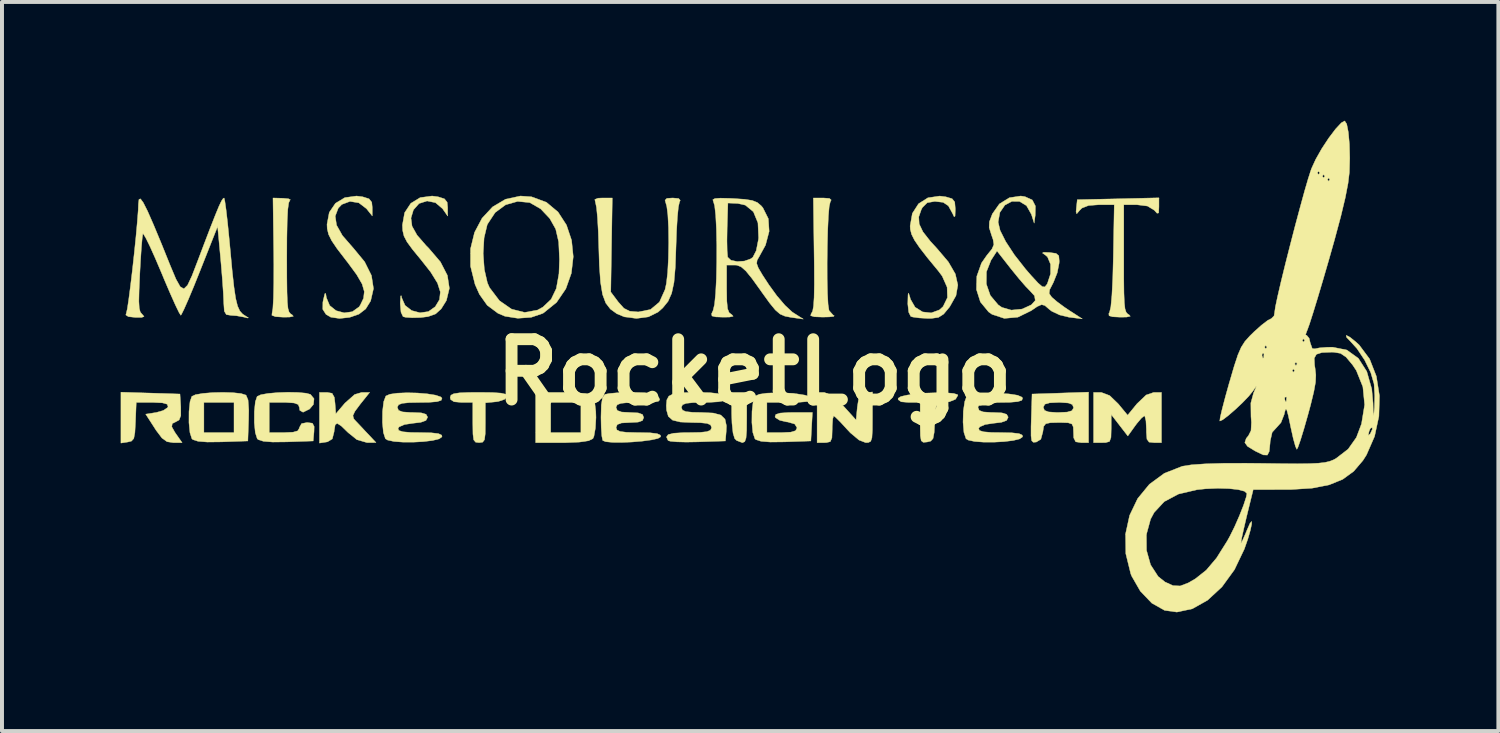
<source format=kicad_pcb>
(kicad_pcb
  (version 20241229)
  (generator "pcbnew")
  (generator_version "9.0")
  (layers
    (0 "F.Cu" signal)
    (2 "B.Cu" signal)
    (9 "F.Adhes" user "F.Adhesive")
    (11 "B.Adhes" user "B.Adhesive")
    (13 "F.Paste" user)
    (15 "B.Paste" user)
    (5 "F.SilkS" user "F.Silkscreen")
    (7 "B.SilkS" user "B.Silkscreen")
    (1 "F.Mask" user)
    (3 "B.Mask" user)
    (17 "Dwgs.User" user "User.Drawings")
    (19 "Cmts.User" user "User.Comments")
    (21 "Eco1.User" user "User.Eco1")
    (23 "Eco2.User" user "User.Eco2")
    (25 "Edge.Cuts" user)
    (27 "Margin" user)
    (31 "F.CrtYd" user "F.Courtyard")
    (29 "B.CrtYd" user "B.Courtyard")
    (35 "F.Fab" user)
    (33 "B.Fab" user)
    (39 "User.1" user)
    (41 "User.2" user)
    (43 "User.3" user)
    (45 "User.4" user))
  (footprint "RocketLogo"
    (layer "F.Cu")
    (at 16.007 6.355)
    (property "Reference" "RocketLogo" (at 0 0 0) (layer "F.SilkS") (effects (font (size 1.524 1.524) (thickness 0.3))))
    (attr through_hole)
    (fp_poly (pts (xy -0.191 1.143) (xy -0.194 1.47) (xy -0.209 1.662) (xy -0.241 1.753) (xy -0.297 1.778) (xy -0.305 1.778) (xy -0.446 1.724) (xy -0.495 1.676) (xy -0.537 1.539) (xy -0.564 1.285) (xy -0.572 1.041) (xy -0.572 0.508) (xy -0.191 0.508) (xy -0.191 1.143)) (stroke (width 0.01) (type solid)) (fill yes) (layer "F.SilkS"))
    (fp_poly (pts (xy -4.472 0.518) (xy -4.22 0.549) (xy -4.088 0.598) (xy -4.077 0.61) (xy -4.033 0.749) (xy -4.005 0.99) (xy -4 1.143) (xy -4.015 1.412) (xy -4.051 1.616) (xy -4.077 1.676) (xy -4.186 1.73) (xy -4.416 1.764) (xy -4.762 1.778) (xy -4.839 1.778) (xy -5.524 1.778) (xy -5.524 0.762) (xy -5.144 0.762) (xy -5.144 1.524) (xy -4.381 1.524) (xy -4.381 0.762) (xy -5.144 0.762) (xy -5.524 0.762) (xy -5.524 0.508) (xy -4.839 0.508) (xy -4.472 0.518)) (stroke (width 0.01) (type solid)) (fill yes) (layer "F.SilkS"))
    (fp_poly (pts (xy -11.906 -4.396) (xy -11.768 -4.383) (xy -11.72 -4.358) (xy -11.732 -4.347) (xy -11.763 -4.281) (xy -11.786 -4.113) (xy -11.801 -3.825) (xy -11.809 -3.4) (xy -11.811 -2.911) (xy -11.81 -2.396) (xy -11.806 -2.024) (xy -11.797 -1.772) (xy -11.781 -1.613) (xy -11.754 -1.522) (xy -11.715 -1.475) (xy -11.678 -1.453) (xy -11.645 -1.415) (xy -11.739 -1.395) (xy -11.895 -1.392) (xy -12.097 -1.405) (xy -12.188 -1.439) (xy -12.183 -1.495) (xy -12.163 -1.613) (xy -12.148 -1.875) (xy -12.14 -2.255) (xy -12.139 -2.727) (xy -12.141 -2.998) (xy -12.16 -4.403) (xy -11.906 -4.396)) (stroke (width 0.01) (type solid)) (fill yes) (layer "F.SilkS"))
    (fp_poly (pts (xy -13.17 0.516) (xy -12.966 0.538) (xy -12.846 0.576) (xy -12.84 0.581) (xy -12.79 0.699) (xy -12.772 0.955) (xy -12.776 1.193) (xy -12.795 1.736) (xy -13.463 1.759) (xy -13.816 1.763) (xy -14.053 1.744) (xy -14.185 1.701) (xy -14.209 1.679) (xy -14.258 1.526) (xy -14.283 1.274) (xy -14.282 0.991) (xy -14.258 0.762) (xy -13.906 0.762) (xy -13.906 1.524) (xy -13.145 1.524) (xy -13.145 0.762) (xy -13.906 0.762) (xy -14.258 0.762) (xy -14.257 0.745) (xy -14.211 0.61) (xy -14.117 0.566) (xy -13.93 0.534) (xy -13.687 0.514) (xy -13.422 0.508) (xy -13.17 0.516)) (stroke (width 0.01) (type solid)) (fill yes) (layer "F.SilkS"))
    (fp_poly (pts (xy -6.618 0.512) (xy -6.4 0.527) (xy -6.278 0.555) (xy -6.237 0.598) (xy -6.239 0.614) (xy -6.312 0.685) (xy -6.466 0.737) (xy -6.53 0.746) (xy -6.795 0.772) (xy -6.795 1.275) (xy -6.798 1.555) (xy -6.817 1.705) (xy -6.863 1.766) (xy -6.95 1.778) (xy -6.953 1.778) (xy -7.041 1.767) (xy -7.089 1.708) (xy -7.108 1.562) (xy -7.112 1.288) (xy -7.112 1.27) (xy -7.112 0.762) (xy -7.398 0.762) (xy -7.586 0.745) (xy -7.672 0.689) (xy -7.684 0.635) (xy -7.664 0.579) (xy -7.593 0.542) (xy -7.449 0.52) (xy -7.215 0.51) (xy -6.948 0.508) (xy -6.618 0.512)) (stroke (width 0.01) (type solid)) (fill yes) (layer "F.SilkS"))
    (fp_poly (pts (xy 1.743 -4.403) (xy 1.898 -4.392) (xy 1.943 -4.353) (xy 1.918 -4.301) (xy 1.892 -4.185) (xy 1.871 -3.937) (xy 1.855 -3.593) (xy 1.845 -3.189) (xy 1.84 -2.763) (xy 1.841 -2.351) (xy 1.849 -1.99) (xy 1.864 -1.716) (xy 1.887 -1.566) (xy 1.89 -1.558) (xy 1.991 -1.445) (xy 2.019 -1.429) (xy 2.007 -1.411) (xy 1.893 -1.398) (xy 1.726 -1.394) (xy 1.518 -1.402) (xy 1.425 -1.429) (xy 1.435 -1.478) (xy 1.44 -1.482) (xy 1.474 -1.546) (xy 1.497 -1.674) (xy 1.511 -1.891) (xy 1.517 -2.218) (xy 1.515 -2.68) (xy 1.511 -2.986) (xy 1.492 -4.403) (xy 1.743 -4.403)) (stroke (width 0.01) (type solid)) (fill yes) (layer "F.SilkS"))
    (fp_poly (pts (xy 8.978 0.589) (xy 9.193 0.796) (xy 9.432 1.085) (xy 9.668 0.796) (xy 9.901 0.574) (xy 10.096 0.508) (xy 10.287 0.508) (xy 10.287 1.778) (xy 10.097 1.778) (xy 9.974 1.765) (xy 9.92 1.692) (xy 9.906 1.512) (xy 9.906 1.439) (xy 9.895 1.227) (xy 9.866 1.109) (xy 9.854 1.101) (xy 9.782 1.157) (xy 9.663 1.297) (xy 9.62 1.355) (xy 9.437 1.61) (xy 9.227 1.339) (xy 9.017 1.067) (xy 9.017 1.423) (xy 9.011 1.646) (xy 8.974 1.749) (xy 8.875 1.777) (xy 8.795 1.778) (xy 8.572 1.778) (xy 8.572 0.508) (xy 8.763 0.508) (xy 8.978 0.589)) (stroke (width 0.01) (type solid)) (fill yes) (layer "F.SilkS"))
    (fp_poly (pts (xy -10.667 0.531) (xy -10.61 0.634) (xy -10.593 0.779) (xy -10.573 1.05) (xy -10.342 0.779) (xy -10.097 0.562) (xy -9.914 0.508) (xy -9.717 0.508) (xy -9.955 0.805) (xy -10.09 0.986) (xy -10.141 1.096) (xy -10.12 1.175) (xy -10.093 1.207) (xy -9.981 1.325) (xy -9.825 1.492) (xy -9.775 1.544) (xy -9.557 1.776) (xy -9.784 1.777) (xy -10.04 1.703) (xy -10.26 1.526) (xy -10.436 1.356) (xy -10.538 1.29) (xy -10.589 1.328) (xy -10.613 1.469) (xy -10.616 1.503) (xy -10.662 1.684) (xy -10.782 1.757) (xy -10.811 1.762) (xy -10.986 1.789) (xy -10.986 0.508) (xy -10.799 0.508) (xy -10.667 0.531)) (stroke (width 0.01) (type solid)) (fill yes) (layer "F.SilkS"))
    (fp_poly (pts (xy 2.985 1.137) (xy 2.983 1.462) (xy 2.972 1.653) (xy 2.941 1.745) (xy 2.882 1.775) (xy 2.814 1.778) (xy 2.646 1.713) (xy 2.429 1.532) (xy 2.342 1.439) (xy 2.179 1.262) (xy 2.056 1.139) (xy 2.005 1.101) (xy 1.982 1.176) (xy 1.969 1.364) (xy 1.968 1.439) (xy 1.961 1.656) (xy 1.92 1.753) (xy 1.819 1.777) (xy 1.778 1.778) (xy 1.587 1.778) (xy 1.587 0.508) (xy 1.763 0.508) (xy 1.941 0.576) (xy 2.172 0.77) (xy 2.255 0.857) (xy 2.572 1.207) (xy 2.603 0.878) (xy 2.638 0.66) (xy 2.703 0.558) (xy 2.81 0.524) (xy 2.985 0.497) (xy 2.985 1.137)) (stroke (width 0.01) (type solid)) (fill yes) (layer "F.SilkS"))
    (fp_poly (pts (xy 4.854 0.519) (xy 5.037 0.535) (xy 5.135 0.565) (xy 5.144 0.581) (xy 5.085 0.681) (xy 4.929 0.745) (xy 4.76 0.762) (xy 4.658 0.771) (xy 4.601 0.826) (xy 4.574 0.967) (xy 4.56 1.235) (xy 4.559 1.249) (xy 4.544 1.524) (xy 4.516 1.673) (xy 4.458 1.739) (xy 4.366 1.762) (xy 4.269 1.77) (xy 4.217 1.73) (xy 4.196 1.605) (xy 4.191 1.357) (xy 4.191 1.276) (xy 4.191 0.762) (xy 3.9 0.762) (xy 3.711 0.746) (xy 3.635 0.693) (xy 3.635 0.656) (xy 3.703 0.613) (xy 3.865 0.576) (xy 4.091 0.547) (xy 4.351 0.526) (xy 4.616 0.517) (xy 4.854 0.519)) (stroke (width 0.01) (type solid)) (fill yes) (layer "F.SilkS"))
    (fp_poly (pts (xy -14.51 0.55) (xy -14.49 0.874) (xy -14.489 1.096) (xy -14.532 1.205) (xy -14.601 1.244) (xy -14.705 1.297) (xy -14.717 1.378) (xy -14.635 1.523) (xy -14.594 1.582) (xy -14.456 1.778) (xy -14.684 1.778) (xy -14.837 1.754) (xy -14.966 1.661) (xy -15.114 1.465) (xy -15.144 1.418) (xy -15.376 1.058) (xy -15.107 1.016) (xy -14.935 0.967) (xy -14.826 0.895) (xy -14.811 0.868) (xy -14.834 0.807) (xy -14.951 0.773) (xy -15.178 0.762) (xy -15.2 0.762) (xy -15.615 0.762) (xy -15.634 1.249) (xy -15.649 1.524) (xy -15.677 1.673) (xy -15.735 1.739) (xy -15.827 1.762) (xy -16.002 1.789) (xy -16.002 0.503) (xy -14.51 0.55)) (stroke (width 0.01) (type solid)) (fill yes) (layer "F.SilkS"))
    (fp_poly (pts (xy 10.223 -4.18) (xy 10.216 -4.025) (xy 10.175 -4.018) (xy 10.107 -4.093) (xy 9.934 -4.199) (xy 9.663 -4.233) (xy 9.335 -4.233) (xy 9.335 -2.876) (xy 9.335 -2.368) (xy 9.339 -2.004) (xy 9.349 -1.757) (xy 9.366 -1.604) (xy 9.394 -1.517) (xy 9.434 -1.472) (xy 9.467 -1.453) (xy 9.5 -1.415) (xy 9.407 -1.395) (xy 9.25 -1.392) (xy 9.054 -1.402) (xy 8.963 -1.428) (xy 8.957 -1.483) (xy 8.975 -1.516) (xy 9.008 -1.655) (xy 9.035 -1.948) (xy 9.057 -2.383) (xy 9.071 -2.934) (xy 9.094 -4.233) (xy 8.711 -4.233) (xy 8.445 -4.213) (xy 8.278 -4.148) (xy 8.222 -4.093) (xy 8.146 -4.004) (xy 8.129 -4.054) (xy 8.138 -4.156) (xy 8.16 -4.36) (xy 10.223 -4.407) (xy 10.223 -4.18)) (stroke (width 0.01) (type solid)) (fill yes) (layer "F.SilkS"))
    (fp_poly (pts (xy -11.528 0.51) (xy -11.324 0.529) (xy -11.213 0.559) (xy -11.123 0.668) (xy -11.138 0.813) (xy -11.235 0.928) (xy -11.4 1.01) (xy -11.483 0.963) (xy -11.493 0.889) (xy -11.523 0.815) (xy -11.626 0.776) (xy -11.829 0.762) (xy -11.874 0.762) (xy -12.255 0.762) (xy -12.255 1.524) (xy -11.874 1.524) (xy -11.653 1.514) (xy -11.534 1.48) (xy -11.494 1.412) (xy -11.493 1.397) (xy -11.438 1.297) (xy -11.299 1.27) (xy -11.164 1.287) (xy -11.12 1.371) (xy -11.124 1.503) (xy -11.144 1.736) (xy -11.812 1.759) (xy -12.165 1.763) (xy -12.402 1.744) (xy -12.534 1.701) (xy -12.558 1.679) (xy -12.607 1.526) (xy -12.632 1.274) (xy -12.631 0.991) (xy -12.606 0.745) (xy -12.56 0.61) (xy -12.468 0.568) (xy -12.284 0.535) (xy -12.042 0.514) (xy -11.779 0.505) (xy -11.528 0.51)) (stroke (width 0.01) (type solid)) (fill yes) (layer "F.SilkS"))
    (fp_poly (pts (xy 0.82 0.524) (xy 1.072 0.545) (xy 1.28 0.578) (xy 1.414 0.623) (xy 1.445 0.656) (xy 1.424 0.709) (xy 1.321 0.742) (xy 1.119 0.759) (xy 0.894 0.762) (xy 0.318 0.762) (xy 0.318 1.524) (xy 0.699 1.524) (xy 0.922 1.513) (xy 1.042 1.477) (xy 1.079 1.408) (xy 1.079 1.402) (xy 1.022 1.308) (xy 0.848 1.257) (xy 0.815 1.254) (xy 0.644 1.214) (xy 0.537 1.148) (xy 0.524 1.122) (xy 0.545 1.065) (xy 0.655 1.031) (xy 0.87 1.017) (xy 0.983 1.016) (xy 1.468 1.016) (xy 1.448 1.376) (xy 1.429 1.736) (xy 0.761 1.759) (xy 0.408 1.763) (xy 0.171 1.744) (xy 0.039 1.701) (xy 0.015 1.679) (xy -0.037 1.522) (xy -0.061 1.27) (xy -0.058 0.988) (xy -0.029 0.743) (xy 0.025 0.6) (xy 0.128 0.555) (xy 0.316 0.528) (xy 0.557 0.518) (xy 0.82 0.524)) (stroke (width 0.01) (type solid)) (fill yes) (layer "F.SilkS"))
    (fp_poly (pts (xy 8.445 1.778) (xy 8.255 1.778) (xy 8.12 1.757) (xy 8.07 1.658) (xy 8.065 1.524) (xy 8.059 1.383) (xy 8.024 1.307) (xy 7.928 1.276) (xy 7.742 1.27) (xy 7.688 1.27) (xy 7.478 1.275) (xy 7.363 1.301) (xy 7.311 1.367) (xy 7.292 1.492) (xy 7.291 1.503) (xy 7.239 1.693) (xy 7.125 1.763) (xy 7.05 1.769) (xy 7.008 1.729) (xy 6.992 1.607) (xy 6.992 1.371) (xy 6.998 1.171) (xy 7.007 0.889) (xy 7.303 0.889) (xy 7.332 0.963) (xy 7.435 1.002) (xy 7.638 1.016) (xy 7.684 1.016) (xy 7.905 1.006) (xy 8.024 0.972) (xy 8.064 0.904) (xy 8.065 0.889) (xy 8.035 0.815) (xy 7.932 0.776) (xy 7.729 0.762) (xy 7.684 0.762) (xy 7.462 0.772) (xy 7.343 0.806) (xy 7.303 0.874) (xy 7.303 0.889) (xy 7.007 0.889) (xy 7.017 0.55) (xy 8.445 0.502) (xy 8.445 1.778)) (stroke (width 0.01) (type solid)) (fill yes) (layer "F.SilkS"))
    (fp_poly (pts (xy -7.989 -4.433) (xy -7.829 -4.382) (xy -7.76 -4.296) (xy -7.747 -4.164) (xy -7.747 -3.947) (xy -7.876 -4.133) (xy -8.055 -4.285) (xy -8.268 -4.328) (xy -8.471 -4.263) (xy -8.612 -4.103) (xy -8.674 -3.896) (xy -8.647 -3.691) (xy -8.521 -3.465) (xy -8.288 -3.197) (xy -8.228 -3.137) (xy -7.929 -2.787) (xy -7.754 -2.447) (xy -7.704 -2.122) (xy -7.779 -1.813) (xy -7.91 -1.603) (xy -8.052 -1.474) (xy -8.243 -1.406) (xy -8.43 -1.383) (xy -8.644 -1.378) (xy -8.81 -1.389) (xy -8.874 -1.406) (xy -8.926 -1.517) (xy -8.945 -1.731) (xy -8.945 -1.764) (xy -8.934 -1.929) (xy -8.917 -1.932) (xy -8.909 -1.884) (xy -8.823 -1.689) (xy -8.656 -1.559) (xy -8.446 -1.503) (xy -8.234 -1.533) (xy -8.061 -1.656) (xy -7.953 -1.836) (xy -7.932 -2.029) (xy -8.004 -2.254) (xy -8.174 -2.529) (xy -8.414 -2.834) (xy -8.633 -3.101) (xy -8.773 -3.292) (xy -8.85 -3.44) (xy -8.883 -3.578) (xy -8.89 -3.72) (xy -8.834 -4.032) (xy -8.678 -4.268) (xy -8.441 -4.413) (xy -8.14 -4.453) (xy -7.989 -4.433)) (stroke (width 0.01) (type solid)) (fill yes) (layer "F.SilkS"))
    (fp_poly (pts (xy -9.894 -4.433) (xy -9.734 -4.382) (xy -9.665 -4.296) (xy -9.652 -4.165) (xy -9.652 -3.95) (xy -9.799 -4.134) (xy -9.992 -4.281) (xy -10.215 -4.317) (xy -10.421 -4.24) (xy -10.511 -4.146) (xy -10.588 -3.944) (xy -10.554 -3.717) (xy -10.407 -3.455) (xy -10.142 -3.15) (xy -10.136 -3.144) (xy -9.844 -2.79) (xy -9.672 -2.444) (xy -9.621 -2.113) (xy -9.693 -1.802) (xy -9.818 -1.6) (xy -9.988 -1.469) (xy -10.224 -1.387) (xy -10.478 -1.359) (xy -10.701 -1.392) (xy -10.82 -1.462) (xy -10.902 -1.59) (xy -10.9 -1.769) (xy -10.888 -1.828) (xy -10.85 -1.986) (xy -10.828 -1.991) (xy -10.811 -1.884) (xy -10.728 -1.686) (xy -10.565 -1.556) (xy -10.361 -1.501) (xy -10.155 -1.53) (xy -9.986 -1.651) (xy -9.956 -1.694) (xy -9.872 -1.87) (xy -9.853 -2.039) (xy -9.908 -2.229) (xy -10.045 -2.465) (xy -10.272 -2.774) (xy -10.319 -2.834) (xy -10.538 -3.119) (xy -10.678 -3.325) (xy -10.756 -3.484) (xy -10.79 -3.626) (xy -10.795 -3.739) (xy -10.738 -4.039) (xy -10.582 -4.269) (xy -10.345 -4.412) (xy -10.049 -4.453) (xy -9.894 -4.433)) (stroke (width 0.01) (type solid)) (fill yes) (layer "F.SilkS"))
    (fp_poly (pts (xy -8.514 0.524) (xy -8.263 0.545) (xy -8.054 0.578) (xy -7.921 0.623) (xy -7.89 0.656) (xy -7.91 0.709) (xy -8.014 0.742) (xy -8.216 0.759) (xy -8.44 0.762) (xy -8.72 0.767) (xy -8.896 0.785) (xy -8.987 0.82) (xy -9.017 0.878) (xy -9.017 0.889) (xy -8.988 0.963) (xy -8.884 1.002) (xy -8.682 1.016) (xy -8.636 1.016) (xy -8.413 1.026) (xy -8.293 1.062) (xy -8.255 1.131) (xy -8.255 1.139) (xy -8.295 1.217) (xy -8.427 1.265) (xy -8.615 1.287) (xy -8.836 1.32) (xy -8.973 1.379) (xy -9.001 1.418) (xy -8.981 1.471) (xy -8.878 1.504) (xy -8.676 1.521) (xy -8.445 1.524) (xy -8.158 1.53) (xy -7.981 1.55) (xy -7.898 1.588) (xy -7.89 1.63) (xy -7.962 1.683) (xy -8.13 1.724) (xy -8.36 1.752) (xy -8.62 1.766) (xy -8.879 1.765) (xy -9.105 1.748) (xy -9.265 1.713) (xy -9.32 1.679) (xy -9.371 1.522) (xy -9.395 1.27) (xy -9.392 0.988) (xy -9.363 0.743) (xy -9.309 0.6) (xy -9.207 0.555) (xy -9.019 0.528) (xy -8.777 0.518) (xy -8.514 0.524)) (stroke (width 0.01) (type solid)) (fill yes) (layer "F.SilkS"))
    (fp_poly (pts (xy -5.628 -4.433) (xy -5.253 -4.295) (xy -4.958 -4.048) (xy -4.745 -3.719) (xy -4.616 -3.334) (xy -4.574 -2.92) (xy -4.622 -2.503) (xy -4.761 -2.11) (xy -4.995 -1.766) (xy -5.325 -1.499) (xy -5.348 -1.486) (xy -5.636 -1.388) (xy -5.974 -1.364) (xy -6.299 -1.415) (xy -6.475 -1.489) (xy -6.748 -1.693) (xy -6.944 -1.969) (xy -7.055 -2.219) (xy -7.169 -2.677) (xy -7.169 -3.001) (xy -6.85 -3.001) (xy -6.821 -2.6) (xy -6.743 -2.259) (xy -6.69 -2.139) (xy -6.438 -1.807) (xy -6.132 -1.595) (xy -5.802 -1.512) (xy -5.477 -1.571) (xy -5.34 -1.647) (xy -5.133 -1.844) (xy -5.002 -2.116) (xy -4.935 -2.491) (xy -4.922 -2.851) (xy -4.942 -3.291) (xy -5.018 -3.619) (xy -5.167 -3.884) (xy -5.397 -4.128) (xy -5.673 -4.287) (xy -5.98 -4.317) (xy -6.283 -4.231) (xy -6.547 -4.036) (xy -6.739 -3.745) (xy -6.75 -3.718) (xy -6.827 -3.396) (xy -6.85 -3.001) (xy -7.169 -3.001) (xy -7.169 -3.122) (xy -7.068 -3.533) (xy -6.878 -3.892) (xy -6.612 -4.178) (xy -6.284 -4.372) (xy -5.907 -4.453) (xy -5.628 -4.433)) (stroke (width 0.01) (type solid)) (fill yes) (layer "F.SilkS"))
    (fp_poly (pts (xy 6.092 0.526) (xy 6.431 0.547) (xy 6.652 0.581) (xy 6.763 0.63) (xy 6.779 0.656) (xy 6.758 0.709) (xy 6.655 0.742) (xy 6.453 0.759) (xy 6.228 0.762) (xy 5.948 0.767) (xy 5.773 0.785) (xy 5.681 0.82) (xy 5.652 0.878) (xy 5.652 0.889) (xy 5.681 0.963) (xy 5.784 1.002) (xy 5.987 1.016) (xy 6.032 1.016) (xy 6.256 1.026) (xy 6.375 1.062) (xy 6.413 1.131) (xy 6.413 1.139) (xy 6.374 1.217) (xy 6.242 1.265) (xy 6.053 1.287) (xy 5.832 1.32) (xy 5.696 1.379) (xy 5.667 1.418) (xy 5.688 1.471) (xy 5.791 1.504) (xy 5.993 1.521) (xy 6.223 1.524) (xy 6.511 1.53) (xy 6.688 1.55) (xy 6.77 1.588) (xy 6.779 1.63) (xy 6.706 1.683) (xy 6.539 1.724) (xy 6.309 1.752) (xy 6.048 1.766) (xy 5.789 1.765) (xy 5.564 1.748) (xy 5.404 1.713) (xy 5.349 1.679) (xy 5.296 1.519) (xy 5.274 1.263) (xy 5.281 0.98) (xy 5.317 0.739) (xy 5.351 0.648) (xy 5.404 0.582) (xy 5.493 0.541) (xy 5.642 0.521) (xy 5.876 0.52) (xy 6.092 0.526)) (stroke (width 0.01) (type solid)) (fill yes) (layer "F.SilkS"))
    (fp_poly (pts (xy -3.607 -3.215) (xy -3.626 -2.028) (xy -3.437 -1.776) (xy -3.295 -1.617) (xy -3.147 -1.542) (xy -2.933 -1.524) (xy -2.929 -1.524) (xy -2.621 -1.586) (xy -2.397 -1.773) (xy -2.254 -2.091) (xy -2.221 -2.244) (xy -2.189 -2.519) (xy -2.17 -2.877) (xy -2.162 -3.27) (xy -2.167 -3.653) (xy -2.184 -3.977) (xy -2.212 -4.197) (xy -2.225 -4.239) (xy -2.255 -4.346) (xy -2.21 -4.393) (xy -2.064 -4.403) (xy -2.058 -4.403) (xy -1.911 -4.39) (xy -1.871 -4.343) (xy -1.891 -4.297) (xy -1.918 -4.175) (xy -1.943 -3.92) (xy -1.964 -3.571) (xy -1.978 -3.171) (xy -1.996 -2.653) (xy -2.029 -2.272) (xy -2.088 -1.996) (xy -2.179 -1.791) (xy -2.313 -1.626) (xy -2.432 -1.52) (xy -2.675 -1.4) (xy -2.977 -1.36) (xy -3.283 -1.4) (xy -3.472 -1.478) (xy -3.635 -1.596) (xy -3.753 -1.749) (xy -3.834 -1.967) (xy -3.885 -2.276) (xy -3.915 -2.704) (xy -3.928 -3.129) (xy -3.941 -3.543) (xy -3.961 -3.899) (xy -3.986 -4.161) (xy -4.013 -4.293) (xy -4.015 -4.297) (xy -4.029 -4.366) (xy -3.947 -4.398) (xy -3.834 -4.403) (xy -3.588 -4.403) (xy -3.607 -3.215)) (stroke (width 0.01) (type solid)) (fill yes) (layer "F.SilkS"))
    (fp_poly (pts (xy -2.777 0.516) (xy -2.576 0.541) (xy -2.458 0.588) (xy -2.413 0.635) (xy -2.39 0.695) (xy -2.423 0.733) (xy -2.533 0.753) (xy -2.739 0.761) (xy -2.913 0.762) (xy -3.194 0.767) (xy -3.37 0.785) (xy -3.462 0.82) (xy -3.492 0.877) (xy -3.493 0.889) (xy -3.461 0.966) (xy -3.351 1.005) (xy -3.143 1.016) (xy -2.933 1.027) (xy -2.824 1.067) (xy -2.794 1.143) (xy -2.825 1.22) (xy -2.935 1.259) (xy -3.143 1.27) (xy -3.354 1.281) (xy -3.462 1.321) (xy -3.493 1.397) (xy -3.47 1.459) (xy -3.389 1.497) (xy -3.228 1.517) (xy -2.965 1.524) (xy -2.916 1.524) (xy -2.629 1.53) (xy -2.454 1.551) (xy -2.373 1.589) (xy -2.365 1.63) (xy -2.434 1.672) (xy -2.599 1.709) (xy -2.828 1.74) (xy -3.089 1.762) (xy -3.352 1.773) (xy -3.584 1.771) (xy -3.754 1.754) (xy -3.829 1.724) (xy -3.852 1.614) (xy -3.868 1.387) (xy -3.873 1.138) (xy -3.865 0.824) (xy -3.835 0.644) (xy -3.779 0.563) (xy -3.773 0.559) (xy -3.668 0.537) (xy -3.47 0.519) (xy -3.214 0.509) (xy -3.082 0.508) (xy -2.777 0.516)) (stroke (width 0.01) (type solid)) (fill yes) (layer "F.SilkS"))
    (fp_poly (pts (xy -1.118 0.516) (xy -0.888 0.542) (xy -0.754 0.59) (xy -0.701 0.662) (xy -0.699 0.686) (xy -0.757 0.72) (xy -0.915 0.746) (xy -1.142 0.76) (xy -1.27 0.762) (xy -1.549 0.767) (xy -1.722 0.785) (xy -1.813 0.821) (xy -1.841 0.88) (xy -1.841 0.889) (xy -1.817 0.955) (xy -1.73 0.994) (xy -1.556 1.012) (xy -1.341 1.016) (xy -1.04 1.03) (xy -0.845 1.082) (xy -0.74 1.185) (xy -0.704 1.354) (xy -0.71 1.498) (xy -0.73 1.736) (xy -1.432 1.759) (xy -1.719 1.764) (xy -1.958 1.758) (xy -2.121 1.743) (xy -2.178 1.724) (xy -2.219 1.635) (xy -2.176 1.575) (xy -2.036 1.54) (xy -1.786 1.525) (xy -1.651 1.524) (xy -1.372 1.519) (xy -1.199 1.501) (xy -1.108 1.465) (xy -1.08 1.406) (xy -1.079 1.397) (xy -1.104 1.331) (xy -1.192 1.292) (xy -1.367 1.274) (xy -1.575 1.27) (xy -1.872 1.257) (xy -2.064 1.21) (xy -2.172 1.115) (xy -2.217 0.957) (xy -2.223 0.839) (xy -2.21 0.698) (xy -2.16 0.604) (xy -2.051 0.547) (xy -1.862 0.518) (xy -1.573 0.508) (xy -1.46 0.508) (xy -1.118 0.516)) (stroke (width 0.01) (type solid)) (fill yes) (layer "F.SilkS"))
    (fp_poly (pts (xy 4.839 -4.432) (xy 4.997 -4.385) (xy 5.064 -4.301) (xy 5.078 -4.132) (xy 5.078 -4.117) (xy 5.072 -3.947) (xy 5.049 -3.928) (xy 5.004 -4.022) (xy 4.903 -4.205) (xy 4.772 -4.293) (xy 4.564 -4.317) (xy 4.558 -4.317) (xy 4.369 -4.284) (xy 4.247 -4.163) (xy 4.219 -4.11) (xy 4.155 -3.925) (xy 4.166 -3.746) (xy 4.26 -3.549) (xy 4.449 -3.308) (xy 4.61 -3.133) (xy 4.903 -2.788) (xy 5.079 -2.484) (xy 5.142 -2.204) (xy 5.095 -1.935) (xy 4.94 -1.66) (xy 4.928 -1.643) (xy 4.784 -1.47) (xy 4.652 -1.386) (xy 4.476 -1.361) (xy 4.372 -1.361) (xy 4.165 -1.373) (xy 4.006 -1.395) (xy 3.953 -1.411) (xy 3.901 -1.517) (xy 3.878 -1.726) (xy 3.879 -1.764) (xy 3.884 -1.96) (xy 3.898 -2) (xy 3.932 -1.897) (xy 3.946 -1.845) (xy 4.062 -1.644) (xy 4.251 -1.525) (xy 4.471 -1.5) (xy 4.679 -1.577) (xy 4.769 -1.659) (xy 4.88 -1.888) (xy 4.871 -2.15) (xy 4.747 -2.429) (xy 4.654 -2.554) (xy 4.373 -2.895) (xy 4.176 -3.149) (xy 4.047 -3.338) (xy 3.974 -3.484) (xy 3.942 -3.61) (xy 3.937 -3.697) (xy 3.993 -4.014) (xy 4.149 -4.257) (xy 4.386 -4.408) (xy 4.684 -4.452) (xy 4.839 -4.432)) (stroke (width 0.01) (type solid)) (fill yes) (layer "F.SilkS"))
    (fp_poly (pts (xy -0.608 -4.393) (xy -0.529 -4.389) (xy -0.243 -4.37) (xy -0.052 -4.34) (xy 0.076 -4.289) (xy 0.173 -4.207) (xy 0.217 -4.155) (xy 0.354 -3.881) (xy 0.375 -3.56) (xy 0.283 -3.212) (xy 0.123 -2.921) (xy 0.072 -2.833) (xy 0.06 -2.749) (xy 0.101 -2.636) (xy 0.204 -2.461) (xy 0.368 -2.21) (xy 0.569 -1.933) (xy 0.777 -1.69) (xy 0.953 -1.526) (xy 0.983 -1.505) (xy 1.238 -1.343) (xy 0.921 -1.388) (xy 0.771 -1.418) (xy 0.65 -1.471) (xy 0.531 -1.574) (xy 0.386 -1.751) (xy 0.188 -2.026) (xy 0.156 -2.072) (xy -0.058 -2.369) (xy -0.213 -2.559) (xy -0.333 -2.664) (xy -0.439 -2.705) (xy -0.494 -2.709) (xy -0.699 -2.709) (xy -0.699 -2.114) (xy -0.694 -1.796) (xy -0.676 -1.607) (xy -0.636 -1.506) (xy -0.566 -1.453) (xy -0.533 -1.415) (xy -0.625 -1.395) (xy -0.781 -1.392) (xy -0.977 -1.399) (xy -1.069 -1.422) (xy -1.08 -1.476) (xy -1.04 -1.564) (xy -1.004 -1.717) (xy -0.977 -1.995) (xy -0.958 -2.363) (xy -0.949 -2.781) (xy -0.948 -3.212) (xy -0.951 -3.327) (xy -0.691 -3.327) (xy -0.686 -3.065) (xy -0.673 -2.915) (xy -0.672 -2.908) (xy -0.59 -2.83) (xy -0.433 -2.797) (xy -0.25 -2.809) (xy -0.088 -2.867) (xy -0.037 -2.905) (xy 0.049 -3.073) (xy 0.104 -3.353) (xy 0.109 -3.397) (xy 0.092 -3.775) (xy -0.023 -4.055) (xy -0.226 -4.222) (xy -0.416 -4.265) (xy -0.667 -4.276) (xy -0.686 -3.649) (xy -0.691 -3.327) (xy -0.951 -3.327) (xy -0.957 -3.619) (xy -0.975 -3.964) (xy -1.002 -4.208) (xy -1.032 -4.309) (xy -1.048 -4.36) (xy -0.995 -4.389) (xy -0.854 -4.399) (xy -0.608 -4.393)) (stroke (width 0.01) (type solid)) (fill yes) (layer "F.SilkS"))
    (fp_poly (pts (xy -13.376 -4.323) (xy -13.345 -4.104) (xy -13.307 -3.775) (xy -13.266 -3.363) (xy -13.242 -3.111) (xy -13.191 -2.561) (xy -13.146 -2.154) (xy -13.103 -1.866) (xy -13.055 -1.673) (xy -12.998 -1.549) (xy -12.927 -1.47) (xy -12.87 -1.432) (xy -12.78 -1.375) (xy -12.806 -1.371) (xy -12.89 -1.393) (xy -13.083 -1.428) (xy -13.224 -1.438) (xy -13.339 -1.457) (xy -13.39 -1.544) (xy -13.404 -1.749) (xy -13.404 -1.757) (xy -13.414 -1.984) (xy -13.437 -2.32) (xy -13.469 -2.708) (xy -13.484 -2.879) (xy -13.559 -3.683) (xy -14.003 -2.562) (xy -14.16 -2.171) (xy -14.299 -1.839) (xy -14.408 -1.593) (xy -14.475 -1.458) (xy -14.49 -1.44) (xy -14.534 -1.51) (xy -14.627 -1.702) (xy -14.756 -1.991) (xy -14.91 -2.35) (xy -14.974 -2.505) (xy -15.133 -2.878) (xy -15.27 -3.183) (xy -15.376 -3.398) (xy -15.438 -3.498) (xy -15.448 -3.5) (xy -15.464 -3.391) (xy -15.485 -3.151) (xy -15.507 -2.816) (xy -15.525 -2.486) (xy -15.543 -2.07) (xy -15.549 -1.793) (xy -15.539 -1.62) (xy -15.513 -1.522) (xy -15.468 -1.466) (xy -15.458 -1.458) (xy -15.417 -1.408) (xy -15.478 -1.386) (xy -15.636 -1.386) (xy -15.813 -1.405) (xy -15.878 -1.448) (xy -15.865 -1.497) (xy -15.84 -1.604) (xy -15.804 -1.844) (xy -15.76 -2.182) (xy -15.712 -2.582) (xy -15.665 -3.009) (xy -15.622 -3.428) (xy -15.588 -3.803) (xy -15.565 -4.099) (xy -15.559 -4.255) (xy -15.546 -4.367) (xy -15.508 -4.382) (xy -15.438 -4.287) (xy -15.33 -4.074) (xy -15.179 -3.73) (xy -14.978 -3.247) (xy -14.948 -3.173) (xy -14.754 -2.692) (xy -14.612 -2.355) (xy -14.503 -2.16) (xy -14.411 -2.109) (xy -14.318 -2.2) (xy -14.208 -2.434) (xy -14.063 -2.811) (xy -13.926 -3.173) (xy -13.748 -3.639) (xy -13.616 -3.974) (xy -13.524 -4.197) (xy -13.461 -4.329) (xy -13.419 -4.391) (xy -13.395 -4.403) (xy -13.376 -4.323)) (stroke (width 0.01) (type solid)) (fill yes) (layer "F.SilkS"))
    (fp_poly (pts (xy 6.84 -4.436) (xy 7.024 -4.352) (xy 7.102 -4.2) (xy 7.097 -3.964) (xy 7.071 -3.768) (xy 7.001 -3.989) (xy 6.877 -4.209) (xy 6.701 -4.316) (xy 6.508 -4.318) (xy 6.331 -4.223) (xy 6.204 -4.038) (xy 6.16 -3.794) (xy 6.21 -3.584) (xy 6.352 -3.301) (xy 6.571 -2.967) (xy 6.855 -2.605) (xy 6.993 -2.446) (xy 7.168 -2.256) (xy 7.274 -2.164) (xy 7.339 -2.156) (xy 7.391 -2.218) (xy 7.405 -2.243) (xy 7.485 -2.486) (xy 7.485 -2.729) (xy 7.407 -2.915) (xy 7.35 -2.964) (xy 7.28 -3.013) (xy 7.311 -3.031) (xy 7.457 -3.025) (xy 7.461 -3.025) (xy 7.623 -3.003) (xy 7.693 -2.943) (xy 7.704 -2.808) (xy 7.701 -2.755) (xy 7.653 -2.512) (xy 7.555 -2.266) (xy 7.549 -2.255) (xy 7.462 -2.086) (xy 7.449 -1.991) (xy 7.507 -1.907) (xy 7.531 -1.882) (xy 7.657 -1.775) (xy 7.845 -1.637) (xy 7.969 -1.554) (xy 8.287 -1.349) (xy 7.95 -1.391) (xy 7.717 -1.447) (xy 7.515 -1.542) (xy 7.446 -1.595) (xy 7.342 -1.686) (xy 7.258 -1.709) (xy 7.147 -1.66) (xy 6.995 -1.556) (xy 6.659 -1.392) (xy 6.317 -1.361) (xy 6.007 -1.463) (xy 5.92 -1.524) (xy 5.712 -1.777) (xy 5.613 -2.089) (xy 5.616 -2.23) (xy 5.862 -2.23) (xy 5.963 -1.94) (xy 6.161 -1.704) (xy 6.255 -1.639) (xy 6.493 -1.57) (xy 6.767 -1.597) (xy 7 -1.704) (xy 7.099 -1.814) (xy 7.079 -1.933) (xy 6.969 -2.053) (xy 6.853 -2.173) (xy 6.682 -2.371) (xy 6.492 -2.605) (xy 6.479 -2.621) (xy 6.132 -3.064) (xy 5.98 -2.83) (xy 5.865 -2.538) (xy 5.862 -2.23) (xy 5.616 -2.23) (xy 5.622 -2.427) (xy 5.74 -2.759) (xy 5.873 -2.951) (xy 6.004 -3.113) (xy 6.053 -3.227) (xy 6.033 -3.353) (xy 5.993 -3.467) (xy 5.934 -3.656) (xy 5.94 -3.804) (xy 6.014 -4) (xy 6.015 -4.002) (xy 6.192 -4.253) (xy 6.445 -4.41) (xy 6.733 -4.453) (xy 6.84 -4.436)) (stroke (width 0.01) (type solid)) (fill yes) (layer "F.SilkS"))
    (fp_poly (pts (xy 14.967 -6.272) (xy 15.008 -6.064) (xy 15.035 -5.764) (xy 15.044 -5.412) (xy 15.034 -5.05) (xy 15.001 -4.775) (xy 14.931 -4.412) (xy 14.819 -3.943) (xy 14.66 -3.35) (xy 14.517 -2.845) (xy 14.37 -2.339) (xy 14.234 -1.882) (xy 14.117 -1.501) (xy 14.027 -1.22) (xy 13.971 -1.065) (xy 13.962 -1.046) (xy 13.927 -0.947) (xy 13.958 -0.931) (xy 14.018 -0.859) (xy 14.046 -0.741) (xy 14.097 -0.599) (xy 14.162 -0.592) (xy 14.275 -0.616) (xy 14.466 -0.631) (xy 14.61 -0.634) (xy 14.97 -0.562) (xy 15.261 -0.353) (xy 15.474 -0.02) (xy 15.6 0.425) (xy 15.632 0.779) (xy 15.639 1.018) (xy 15.646 1.096) (xy 15.657 1.023) (xy 15.668 0.893) (xy 15.675 0.594) (xy 15.659 0.312) (xy 15.656 0.288) (xy 15.575 0.009) (xy 15.421 -0.306) (xy 15.227 -0.598) (xy 15.061 -0.781) (xy 14.965 -0.881) (xy 14.954 -0.93) (xy 14.961 -0.931) (xy 15.05 -0.885) (xy 15.197 -0.767) (xy 15.283 -0.688) (xy 15.545 -0.336) (xy 15.716 0.102) (xy 15.794 0.595) (xy 15.78 1.112) (xy 15.671 1.62) (xy 15.467 2.087) (xy 15.376 2.23) (xy 15.143 2.503) (xy 14.864 2.706) (xy 14.521 2.845) (xy 14.096 2.928) (xy 13.571 2.962) (xy 13.43 2.963) (xy 12.605 2.965) (xy 12.439 3.641) (xy 12.367 3.948) (xy 12.315 4.183) (xy 12.294 4.307) (xy 12.295 4.318) (xy 12.334 4.251) (xy 12.409 4.082) (xy 12.442 4) (xy 12.523 3.816) (xy 12.564 3.768) (xy 12.566 3.833) (xy 12.533 3.989) (xy 12.469 4.212) (xy 12.381 4.465) (xy 12.131 4.988) (xy 11.814 5.424) (xy 11.452 5.759) (xy 11.066 5.976) (xy 10.675 6.059) (xy 10.365 6.015) (xy 10.043 5.833) (xy 9.752 5.529) (xy 9.534 5.149) (xy 9.511 5.092) (xy 9.386 4.584) (xy 9.38 4.1) (xy 9.906 4.1) (xy 9.909 4.498) (xy 10.012 4.865) (xy 10.204 5.161) (xy 10.376 5.298) (xy 10.578 5.39) (xy 10.76 5.399) (xy 10.969 5.319) (xy 11.144 5.217) (xy 11.419 4.999) (xy 11.678 4.693) (xy 11.946 4.267) (xy 12.012 4.149) (xy 12.133 3.905) (xy 12.256 3.625) (xy 12.362 3.356) (xy 12.43 3.147) (xy 12.446 3.063) (xy 12.387 3.007) (xy 12.227 2.965) (xy 11.993 2.939) (xy 11.71 2.931) (xy 11.405 2.944) (xy 11.185 2.967) (xy 10.717 3.077) (xy 10.357 3.268) (xy 10.101 3.544) (xy 10.012 3.711) (xy 9.906 4.1) (xy 9.38 4.1) (xy 9.379 4.087) (xy 9.482 3.616) (xy 9.685 3.192) (xy 9.981 2.831) (xy 10.359 2.553) (xy 10.812 2.375) (xy 11.04 2.339) (xy 11.387 2.314) (xy 11.847 2.3) (xy 12.412 2.298) (xy 12.827 2.302) (xy 13.331 2.309) (xy 13.726 2.312) (xy 14.027 2.308) (xy 14.252 2.297) (xy 14.418 2.278) (xy 14.541 2.249) (xy 14.638 2.21) (xy 14.699 2.176) (xy 15.003 1.942) (xy 15.212 1.646) (xy 15.23 1.598) (xy 15.51 1.598) (xy 15.557 1.558) (xy 15.565 1.547) (xy 15.616 1.436) (xy 15.609 1.395) (xy 15.562 1.42) (xy 15.53 1.499) (xy 15.51 1.598) (xy 15.23 1.598) (xy 15.341 1.303) (xy 15.42 0.821) (xy 15.375 0.367) (xy 15.21 -0.044) (xy 15.115 -0.187) (xy 14.951 -0.383) (xy 14.811 -0.478) (xy 14.637 -0.507) (xy 14.586 -0.508) (xy 14.341 -0.498) (xy 14.202 -0.454) (xy 14.147 -0.356) (xy 14.155 -0.182) (xy 14.168 -0.101) (xy 14.187 0.067) (xy 14.179 0.251) (xy 14.136 0.491) (xy 14.055 0.824) (xy 13.986 1.079) (xy 13.886 1.43) (xy 13.799 1.713) (xy 13.735 1.895) (xy 13.707 1.947) (xy 13.672 1.872) (xy 13.617 1.675) (xy 13.555 1.396) (xy 13.552 1.381) (xy 13.491 1.091) (xy 13.451 0.947) (xy 13.423 0.93) (xy 13.397 1.019) (xy 13.388 1.063) (xy 13.306 1.272) (xy 13.194 1.397) (xy 13.084 1.517) (xy 13.034 1.74) (xy 13.03 1.799) (xy 13.009 2.001) (xy 12.962 2.092) (xy 12.86 2.088) (xy 12.674 2) (xy 12.638 1.98) (xy 12.459 1.87) (xy 12.393 1.776) (xy 12.428 1.671) (xy 12.485 1.601) (xy 12.549 1.474) (xy 12.56 1.266) (xy 12.549 1.121) (xy 12.545 0.776) (xy 12.572 0.677) (xy 13.399 0.677) (xy 13.422 0.747) (xy 13.441 0.734) (xy 13.448 0.633) (xy 13.441 0.621) (xy 13.403 0.633) (xy 13.399 0.677) (xy 12.572 0.677) (xy 12.613 0.525) (xy 12.679 0.373) (xy 12.677 0.357) (xy 12.602 0.467) (xy 12.596 0.476) (xy 12.49 0.607) (xy 12.331 0.772) (xy 12.148 0.944) (xy 11.972 1.096) (xy 11.833 1.201) (xy 11.762 1.232) (xy 11.76 1.23) (xy 11.771 1.142) (xy 11.821 0.928) (xy 11.901 0.622) (xy 12.004 0.253) (xy 12.005 0.253) (xy 12.091 -0.042) (xy 13.589 -0.042) (xy 13.621 0) (xy 13.652 -0.042) (xy 13.621 -0.085) (xy 13.589 -0.042) (xy 12.091 -0.042) (xy 12.123 -0.151) (xy 12.143 -0.212) (xy 13.652 -0.212) (xy 13.684 -0.169) (xy 13.716 -0.212) (xy 13.684 -0.254) (xy 13.652 -0.212) (xy 12.143 -0.212) (xy 12.213 -0.423) (xy 12.827 -0.423) (xy 12.85 -0.354) (xy 12.869 -0.367) (xy 12.877 -0.467) (xy 12.869 -0.48) (xy 12.832 -0.468) (xy 12.827 -0.423) (xy 12.213 -0.423) (xy 12.216 -0.434) (xy 12.301 -0.631) (xy 12.304 -0.635) (xy 12.89 -0.635) (xy 12.922 -0.593) (xy 12.954 -0.635) (xy 12.922 -0.677) (xy 12.89 -0.635) (xy 12.304 -0.635) (xy 12.396 -0.78) (xy 12.418 -0.804) (xy 13.843 -0.804) (xy 13.875 -0.762) (xy 13.906 -0.804) (xy 13.875 -0.847) (xy 13.843 -0.804) (xy 12.418 -0.804) (xy 12.519 -0.917) (xy 12.625 -1.021) (xy 12.815 -1.191) (xy 12.972 -1.311) (xy 13.06 -1.355) (xy 13.131 -1.424) (xy 13.145 -1.508) (xy 13.165 -1.649) (xy 13.222 -1.919) (xy 13.308 -2.289) (xy 13.415 -2.727) (xy 13.536 -3.204) (xy 13.662 -3.691) (xy 13.787 -4.157) (xy 13.901 -4.573) (xy 13.987 -4.868) (xy 14.478 -4.868) (xy 14.51 -4.826) (xy 14.541 -4.868) (xy 14.51 -4.911) (xy 14.478 -4.868) (xy 13.987 -4.868) (xy 13.999 -4.908) (xy 14.014 -4.953) (xy 14.351 -4.953) (xy 14.383 -4.911) (xy 14.415 -4.953) (xy 14.383 -4.995) (xy 14.351 -4.953) (xy 14.014 -4.953) (xy 14.041 -5.038) (xy 14.224 -5.038) (xy 14.256 -4.995) (xy 14.287 -5.038) (xy 14.256 -5.08) (xy 14.224 -5.038) (xy 14.041 -5.038) (xy 14.072 -5.133) (xy 14.074 -5.139) (xy 14.183 -5.378) (xy 14.337 -5.65) (xy 14.513 -5.917) (xy 14.686 -6.146) (xy 14.831 -6.302) (xy 14.916 -6.35) (xy 14.967 -6.272)) (stroke (width 0.01) (type solid)) (fill yes) (layer "F.SilkS")))
  (gr_rect
    (start -3 -3)
    (end 34.806 15.419)
    (stroke (width 0.1) (type default))
    (fill no)
    (layer "Edge.Cuts")))
</source>
